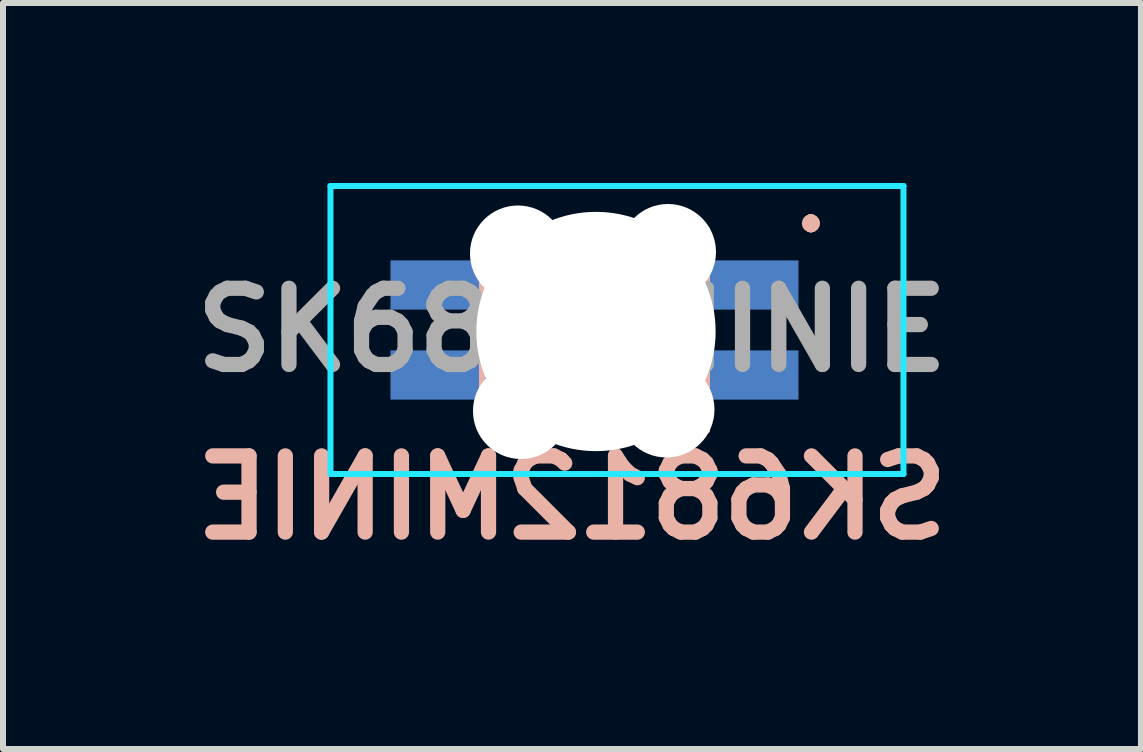
<source format=kicad_pcb>
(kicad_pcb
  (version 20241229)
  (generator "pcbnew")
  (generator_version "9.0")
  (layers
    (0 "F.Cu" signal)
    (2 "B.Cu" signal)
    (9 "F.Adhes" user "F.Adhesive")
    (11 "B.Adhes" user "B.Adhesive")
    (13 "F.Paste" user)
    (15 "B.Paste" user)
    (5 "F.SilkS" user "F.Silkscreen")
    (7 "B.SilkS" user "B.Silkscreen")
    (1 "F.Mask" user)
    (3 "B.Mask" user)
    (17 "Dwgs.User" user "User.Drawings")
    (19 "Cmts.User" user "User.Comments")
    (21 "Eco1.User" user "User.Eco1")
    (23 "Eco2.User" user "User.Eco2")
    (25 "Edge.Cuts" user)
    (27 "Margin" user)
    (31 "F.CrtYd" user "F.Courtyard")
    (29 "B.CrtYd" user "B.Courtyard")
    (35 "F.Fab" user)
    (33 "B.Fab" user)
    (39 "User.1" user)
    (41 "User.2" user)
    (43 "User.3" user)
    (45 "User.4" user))
  (footprint "SK6812MINIE"
    (layer "F.Cu")
    (at 6.858 2.45)
    (property "Reference" "SK6812MINIE" (at -0.375 2.794 180) (layer "B.SilkS") (effects (font (size 1.27 1.27) (thickness 0.254)) (justify mirror)))
    (attr smd)
    (fp_line (start -1.25 -1.4) (end -1.25 -1.4) (stroke (width 0.1) (type solid)) (layer "B.SilkS"))
    (fp_line (start -1.25 -1.4) (end 1.25 -1.4) (stroke (width 0.1) (type solid)) (layer "B.SilkS"))
    (fp_line (start -1.25 1.4) (end -1.25 1.4) (stroke (width 0.1) (type solid)) (layer "B.SilkS"))
    (fp_line (start -1.25 1.4) (end 1.25 1.4) (stroke (width 0.1) (type solid)) (layer "B.SilkS"))
    (fp_line (start 1.25 -1.4) (end -1.25 -1.4) (stroke (width 0.1) (type solid)) (layer "B.SilkS"))
    (fp_line (start 1.25 -1.4) (end 1.25 -1.4) (stroke (width 0.1) (type solid)) (layer "B.SilkS"))
    (fp_line (start 1.25 1.4) (end -1.25 1.4) (stroke (width 0.1) (type solid)) (layer "B.SilkS"))
    (fp_line (start 1.25 1.4) (end 1.25 1.4) (stroke (width 0.1) (type solid)) (layer "B.SilkS"))
    (fp_line (start 3.606 -1.828) (end 3.606 -1.828) (stroke (width 0.2) (type solid)) (layer "B.SilkS"))
    (fp_line (start 3.606 -1.828) (end 3.606 -1.828) (stroke (width 0.2) (type solid)) (layer "B.SilkS"))
    (fp_line (start 3.606 -1.828) (end 3.606 -1.728) (stroke (width 0.2) (type solid)) (layer "B.SilkS"))
    (fp_rect (start -1.875 -1.675) (end 1.875 1.675) (stroke (width 0.1) (type default)) (fill no) (layer "B.SilkS"))
    (fp_arc (start 3.606 -1.828) (mid 3.656 -1.778) (end 3.606 -1.728) (stroke (width 0.2) (type solid)) (layer "B.SilkS"))
    (fp_arc (start 3.606 -1.828) (mid 3.656 -1.778) (end 3.606 -1.728) (stroke (width 0.2) (type solid)) (layer "B.SilkS"))
    (fp_arc (start 3.606 -1.728) (mid 3.556 -1.778) (end 3.606 -1.828) (stroke (width 0.2) (type solid)) (layer "B.SilkS"))
    (fp_line (start -4.4 -2.4) (end -4.4 2.4) (stroke (width 0.1) (type solid)) (layer "B.CrtYd"))
    (fp_line (start -4.4 2.4) (end 5.15 2.4) (stroke (width 0.1) (type solid)) (layer "B.CrtYd"))
    (fp_line (start 5.15 -2.4) (end -4.4 -2.4) (stroke (width 0.1) (type solid)) (layer "B.CrtYd"))
    (fp_line (start 5.15 2.4) (end 5.15 -2.4) (stroke (width 0.1) (type solid)) (layer "B.CrtYd"))
    (fp_line (start -1.6 -1.4) (end 1.6 -1.4) (stroke (width 0.2) (type solid)) (layer "B.Fab"))
    (fp_line (start -1.6 1.4) (end -1.6 -1.4) (stroke (width 0.2) (type solid)) (layer "B.Fab"))
    (fp_line (start 1.6 -1.4) (end 1.6 1.4) (stroke (width 0.2) (type solid)) (layer "B.Fab"))
    (fp_line (start 1.6 1.4) (end -1.6 1.4) (stroke (width 0.2) (type solid)) (layer "B.Fab"))
    (fp_text user "${REFERENCE}" (at -0.375 0 0) (layer "F.Fab") (effects (font (size 1.27 1.27) (thickness 0.254))))
    (pad "" np_thru_hole circle (at -1.275 -1.275) (size 1.6 1.6) (drill 1.6) (layers "*.Cu" "*.Mask"))
    (pad "" np_thru_hole circle (at -1.225 1.35) (size 1.6 1.6) (drill 1.6) (layers "*.Cu" "*.Mask"))
    (pad "" np_thru_hole circle (at 0.025 0.025) (size 3.988 3.988) (drill 3.988) (layers "*.Cu" "*.Mask"))
    (pad "" np_thru_hole circle (at 1.2 1.325) (size 1.6 1.6) (drill 1.6) (layers "*.Cu" "*.Mask"))
    (pad "" np_thru_hole circle (at 1.225 -1.3) (size 1.6 1.6) (drill 1.6) (layers "*.Cu" "*.Mask"))
    (pad "1" smd rect (at -2.5 -0.75 90) (size 0.82 1.8) (layers "B.Cu" "B.Mask" "B.Paste"))
    (pad "2" smd rect (at -2.5 0.75 90) (size 0.82 1.8) (layers "B.Cu" "B.Mask" "B.Paste"))
    (pad "3" smd rect (at 2.5 0.75 90) (size 0.82 1.8) (layers "B.Cu" "B.Mask" "B.Paste"))
    (pad "4" smd rect (at 2.5 -0.75 90) (size 0.82 1.8) (layers "B.Cu" "B.Mask" "B.Paste")))
  (gr_rect
    (start -3 -3)
    (end 15.966 9.433)
    (stroke (width 0.1) (type default))
    (fill no)
    (layer "Edge.Cuts")))
</source>
